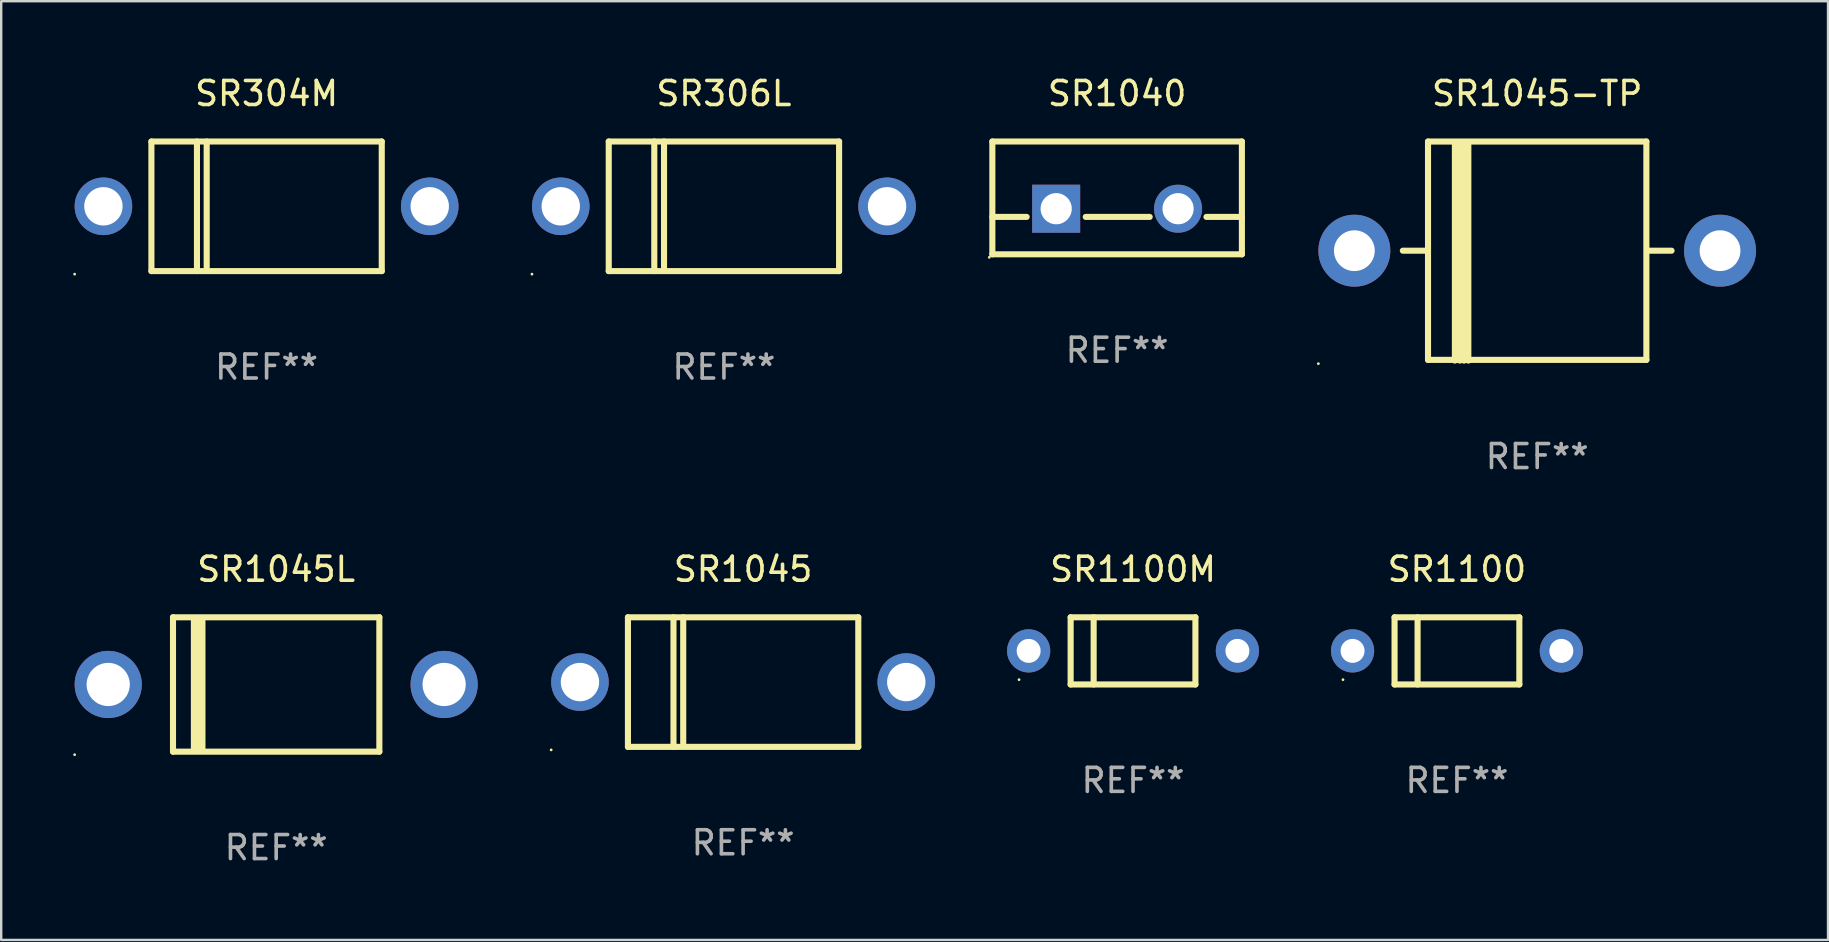
<source format=kicad_pcb>
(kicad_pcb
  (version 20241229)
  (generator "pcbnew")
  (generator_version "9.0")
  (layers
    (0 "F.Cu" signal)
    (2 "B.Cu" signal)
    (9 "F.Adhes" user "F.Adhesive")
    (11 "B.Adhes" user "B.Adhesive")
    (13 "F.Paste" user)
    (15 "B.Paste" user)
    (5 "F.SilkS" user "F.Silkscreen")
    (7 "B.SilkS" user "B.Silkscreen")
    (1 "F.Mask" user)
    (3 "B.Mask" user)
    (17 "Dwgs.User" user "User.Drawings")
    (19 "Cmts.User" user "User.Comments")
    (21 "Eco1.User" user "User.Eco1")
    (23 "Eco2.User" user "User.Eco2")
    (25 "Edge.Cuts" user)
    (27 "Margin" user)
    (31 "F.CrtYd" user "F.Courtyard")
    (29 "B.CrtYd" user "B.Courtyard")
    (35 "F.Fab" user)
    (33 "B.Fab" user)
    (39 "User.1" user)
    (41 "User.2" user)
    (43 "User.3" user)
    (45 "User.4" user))
  (footprint "SR304M"
    (layer "F.Cu")
    (at 8.06 5.548)
    (property "Reference" "SR304M" (at 0 -4.7 0) (layer "F.SilkS") (effects (font (size 1 1) (thickness 0.15))))
    (attr through_hole)
    (fp_line (start -4.8 -2.7) (end -4.8 2.7) (stroke (width 0.254) (type solid)) (layer "F.SilkS"))
    (fp_line (start -4.8 -2.7) (end 4.8 -2.7) (stroke (width 0.254) (type solid)) (layer "F.SilkS"))
    (fp_line (start -2.902 -2.7) (end -2.902 2.7) (stroke (width 0.254) (type solid)) (layer "F.SilkS"))
    (fp_line (start -2.496 -2.7) (end -2.496 2.54) (stroke (width 0.254) (type solid)) (layer "F.SilkS"))
    (fp_line (start 4.8 -2.7) (end 4.8 2.7) (stroke (width 0.254) (type solid)) (layer "F.SilkS"))
    (fp_line (start 4.8 2.7) (end -4.8 2.7) (stroke (width 0.254) (type solid)) (layer "F.SilkS"))
    (fp_circle (center -8 2.827) (end -7.97 2.827) (stroke (width 0.06) (type solid)) (fill no) (layer "F.SilkS"))
    (fp_text user "REF**" (at 0 6.7 0) (layer "F.Fab") (effects (font (size 1 1) (thickness 0.15))))
    (pad "1" thru_hole circle (at -6.8 0) (size 2.4 2.4) (drill 1.6) (layers "*.Cu" "*.Mask"))
    (pad "2" thru_hole circle (at 6.8 0) (size 2.4 2.4) (drill 1.6) (layers "*.Cu" "*.Mask")))
  (footprint "SR1100M"
    (layer "F.Cu")
    (at 44.17 24.076)
    (property "Reference" "SR1100M" (at 0 -3.4 0) (layer "F.SilkS") (effects (font (size 1 1) (thickness 0.15))))
    (attr through_hole)
    (fp_line (start -2.6 -1.4) (end -2.6 1.4) (stroke (width 0.254) (type solid)) (layer "F.SilkS"))
    (fp_line (start -2.6 -1.4) (end 2.6 -1.4) (stroke (width 0.254) (type solid)) (layer "F.SilkS"))
    (fp_line (start -2.6 1.4) (end 2.6 1.4) (stroke (width 0.254) (type solid)) (layer "F.SilkS"))
    (fp_line (start -1.641 -1.4) (end -1.641 1.4) (stroke (width 0.254) (type solid)) (layer "F.SilkS"))
    (fp_line (start 2.6 -1.4) (end 2.6 1.4) (stroke (width 0.254) (type solid)) (layer "F.SilkS"))
    (fp_circle (center -4.75 1.2) (end -4.72 1.2) (stroke (width 0.06) (type solid)) (fill no) (layer "F.SilkS"))
    (fp_text user "REF**" (at 0 5.4 0) (layer "F.Fab") (effects (font (size 1 1) (thickness 0.15))))
    (pad "1" thru_hole circle (at -4.35 0) (size 1.8 1.8) (drill 1) (layers "*.Cu" "*.Mask"))
    (pad "2" thru_hole circle (at 4.35 0) (size 1.8 1.8) (drill 1) (layers "*.Cu" "*.Mask")))
  (footprint "SR1045-TP"
    (layer "F.Cu")
    (at 61.014 7.414)
    (property "Reference" "SR1045-TP" (at 0 -6.565 0) (layer "F.SilkS") (effects (font (size 1 1) (thickness 0.15))))
    (attr through_hole)
    (fp_line (start -5.6 -0.016) (end -4.55 -0.016) (stroke (width 0.254) (type solid)) (layer "F.SilkS"))
    (fp_line (start -4.55 -4.565) (end -4.55 4.535) (stroke (width 0.254) (type solid)) (layer "F.SilkS"))
    (fp_line (start -4.55 -4.565) (end 4.55 -4.565) (stroke (width 0.254) (type solid)) (layer "F.SilkS"))
    (fp_line (start -3.43 4.564) (end -3.43 -4.536) (stroke (width 0.254) (type solid)) (layer "F.SilkS"))
    (fp_line (start -3.22 4.564) (end -3.22 -4.536) (stroke (width 0.254) (type solid)) (layer "F.SilkS"))
    (fp_line (start -3.049 4.565) (end -3.049 -4.535) (stroke (width 0.254) (type solid)) (layer "F.SilkS"))
    (fp_line (start -2.87 4.564) (end -2.87 -4.536) (stroke (width 0.254) (type solid)) (layer "F.SilkS"))
    (fp_line (start 4.55 4.535) (end 4.55 -4.565) (stroke (width 0.254) (type solid)) (layer "F.SilkS"))
    (fp_line (start 4.55 4.534) (end -4.55 4.534) (stroke (width 0.254) (type solid)) (layer "F.SilkS"))
    (fp_line (start 4.58 -0.016) (end 5.6 -0.016) (stroke (width 0.254) (type solid)) (layer "F.SilkS"))
    (fp_circle (center -9.12 4.692) (end -9.09 4.692) (stroke (width 0.06) (type solid)) (fill no) (layer "F.SilkS"))
    (fp_text user "REF**" (at 0 8.565 0) (layer "F.Fab") (effects (font (size 1 1) (thickness 0.15))))
    (pad "1" thru_hole circle (at -7.62 -0.016) (size 3 3) (drill 1.7) (layers "*.Cu" "*.Mask"))
    (pad "2" thru_hole circle (at 7.62 -0.016) (size 3 3) (drill 1.7) (layers "*.Cu" "*.Mask")))
  (footprint "SR1045L"
    (layer "F.Cu")
    (at 8.46 25.476)
    (property "Reference" "SR1045L" (at 0 -4.8 0) (layer "F.SilkS") (effects (font (size 1 1) (thickness 0.15))))
    (attr through_hole)
    (fp_line (start -4.3 -2.8) (end -4.3 2.8) (stroke (width 0.254) (type solid)) (layer "F.SilkS"))
    (fp_line (start -4.3 -2.8) (end 4.3 -2.8) (stroke (width 0.254) (type solid)) (layer "F.SilkS"))
    (fp_line (start -4.3 2.8) (end 4.3 2.8) (stroke (width 0.254) (type solid)) (layer "F.SilkS"))
    (fp_line (start -3.442 2.667) (end -3.442 -2.667) (stroke (width 0.229) (type solid)) (layer "F.SilkS"))
    (fp_line (start -3.315 2.667) (end -3.315 -2.667) (stroke (width 0.229) (type solid)) (layer "F.SilkS"))
    (fp_line (start -3.188 2.667) (end -3.188 -2.667) (stroke (width 0.229) (type solid)) (layer "F.SilkS"))
    (fp_line (start -3.061 2.667) (end -3.061 -2.667) (stroke (width 0.229) (type solid)) (layer "F.SilkS"))
    (fp_line (start 4.3 -2.8) (end 4.3 2.8) (stroke (width 0.254) (type solid)) (layer "F.SilkS"))
    (fp_circle (center -8.4 2.927) (end -8.37 2.927) (stroke (width 0.06) (type solid)) (fill no) (layer "F.SilkS"))
    (fp_text user "REF**" (at 0 6.8 0) (layer "F.Fab") (effects (font (size 1 1) (thickness 0.15))))
    (pad "1" thru_hole circle (at -7 0) (size 2.8 2.8) (drill 1.8) (layers "*.Cu" "*.Mask"))
    (pad "2" thru_hole circle (at 7 0) (size 2.8 2.8) (drill 1.8) (layers "*.Cu" "*.Mask")))
  (footprint "SR1045"
    (layer "F.Cu")
    (at 27.92 25.376)
    (property "Reference" "SR1045" (at 0 -4.7 0) (layer "F.SilkS") (effects (font (size 1 1) (thickness 0.15))))
    (attr through_hole)
    (fp_line (start -4.8 -2.7) (end -4.8 2.7) (stroke (width 0.254) (type solid)) (layer "F.SilkS"))
    (fp_line (start -4.8 -2.7) (end 4.8 -2.7) (stroke (width 0.254) (type solid)) (layer "F.SilkS"))
    (fp_line (start -2.902 -2.7) (end -2.902 2.7) (stroke (width 0.254) (type solid)) (layer "F.SilkS"))
    (fp_line (start -2.496 -2.7) (end -2.496 2.54) (stroke (width 0.254) (type solid)) (layer "F.SilkS"))
    (fp_line (start 4.8 -2.7) (end 4.8 2.7) (stroke (width 0.254) (type solid)) (layer "F.SilkS"))
    (fp_line (start 4.8 2.7) (end -4.8 2.7) (stroke (width 0.254) (type solid)) (layer "F.SilkS"))
    (fp_circle (center -8 2.827) (end -7.97 2.827) (stroke (width 0.06) (type solid)) (fill no) (layer "F.SilkS"))
    (fp_text user "REF**" (at 0 6.7 0) (layer "F.Fab") (effects (font (size 1 1) (thickness 0.15))))
    (pad "1" thru_hole circle (at -6.8 0) (size 2.4 2.4) (drill 1.6) (layers "*.Cu" "*.Mask"))
    (pad "2" thru_hole circle (at 6.8 0) (size 2.4 2.4) (drill 1.6) (layers "*.Cu" "*.Mask")))
  (footprint "SR1100"
    (layer "F.Cu")
    (at 57.67 24.076)
    (property "Reference" "SR1100" (at 0 -3.4 0) (layer "F.SilkS") (effects (font (size 1 1) (thickness 0.15))))
    (attr through_hole)
    (fp_line (start -2.6 -1.4) (end -2.6 1.4) (stroke (width 0.254) (type solid)) (layer "F.SilkS"))
    (fp_line (start -2.6 -1.4) (end 2.6 -1.4) (stroke (width 0.254) (type solid)) (layer "F.SilkS"))
    (fp_line (start -2.6 1.4) (end 2.6 1.4) (stroke (width 0.254) (type solid)) (layer "F.SilkS"))
    (fp_line (start -1.641 -1.4) (end -1.641 1.4) (stroke (width 0.254) (type solid)) (layer "F.SilkS"))
    (fp_line (start 2.6 -1.4) (end 2.6 1.4) (stroke (width 0.254) (type solid)) (layer "F.SilkS"))
    (fp_circle (center -4.75 1.2) (end -4.72 1.2) (stroke (width 0.06) (type solid)) (fill no) (layer "F.SilkS"))
    (fp_text user "REF**" (at 0 5.4 0) (layer "F.Fab") (effects (font (size 1 1) (thickness 0.15))))
    (pad "1" thru_hole circle (at -4.35 0) (size 1.8 1.8) (drill 1) (layers "*.Cu" "*.Mask"))
    (pad "2" thru_hole circle (at 4.35 0) (size 1.8 1.8) (drill 1) (layers "*.Cu" "*.Mask")))
  (footprint "SR1040"
    (layer "F.Cu")
    (at 43.507 5.198)
    (property "Reference" "SR1040" (at 0 -4.35 0) (layer "F.SilkS") (effects (font (size 1 1) (thickness 0.15))))
    (attr through_hole)
    (fp_line (start -5.2 -2.35) (end -5.2 2.35) (stroke (width 0.254) (type solid)) (layer "F.SilkS"))
    (fp_line (start -5.2 -2.35) (end 5.2 -2.35) (stroke (width 0.254) (type solid)) (layer "F.SilkS"))
    (fp_line (start -5.2 0.792) (end -3.771 0.792) (stroke (width 0.254) (type solid)) (layer "F.SilkS"))
    (fp_line (start -5.2 2.35) (end 5.2 2.35) (stroke (width 0.254) (type solid)) (layer "F.SilkS"))
    (fp_line (start -1.309 0.792) (end 1.357 0.792) (stroke (width 0.254) (type solid)) (layer "F.SilkS"))
    (fp_line (start 3.723 0.792) (end 5.2 0.792) (stroke (width 0.254) (type solid)) (layer "F.SilkS"))
    (fp_line (start 5.2 -2.35) (end 5.2 2.35) (stroke (width 0.254) (type solid)) (layer "F.SilkS"))
    (fp_circle (center -5.327 2.477) (end -5.297 2.477) (stroke (width 0.06) (type solid)) (fill no) (layer "F.SilkS"))
    (fp_text user "REF**" (at 0 6.35 0) (layer "F.Fab") (effects (font (size 1 1) (thickness 0.15))))
    (pad "1" thru_hole rect (at -2.54 0.45) (size 2 2) (drill 1.3) (layers "*.Cu" "*.Mask"))
    (pad "2" thru_hole circle (at 2.54 0.45) (size 2 2) (drill 1.3) (layers "*.Cu" "*.Mask")))
  (footprint "SR306L"
    (layer "F.Cu")
    (at 27.12 5.548)
    (property "Reference" "SR306L" (at 0 -4.7 0) (layer "F.SilkS") (effects (font (size 1 1) (thickness 0.15))))
    (attr through_hole)
    (fp_line (start -4.8 -2.7) (end -4.8 2.7) (stroke (width 0.254) (type solid)) (layer "F.SilkS"))
    (fp_line (start -4.8 -2.7) (end 4.8 -2.7) (stroke (width 0.254) (type solid)) (layer "F.SilkS"))
    (fp_line (start -2.902 -2.7) (end -2.902 2.7) (stroke (width 0.254) (type solid)) (layer "F.SilkS"))
    (fp_line (start -2.496 -2.7) (end -2.496 2.54) (stroke (width 0.254) (type solid)) (layer "F.SilkS"))
    (fp_line (start 4.8 -2.7) (end 4.8 2.7) (stroke (width 0.254) (type solid)) (layer "F.SilkS"))
    (fp_line (start 4.8 2.7) (end -4.8 2.7) (stroke (width 0.254) (type solid)) (layer "F.SilkS"))
    (fp_circle (center -8 2.827) (end -7.97 2.827) (stroke (width 0.06) (type solid)) (fill no) (layer "F.SilkS"))
    (fp_text user "REF**" (at 0 6.7 0) (layer "F.Fab") (effects (font (size 1 1) (thickness 0.15))))
    (pad "1" thru_hole circle (at -6.8 0) (size 2.4 2.4) (drill 1.6) (layers "*.Cu" "*.Mask"))
    (pad "2" thru_hole circle (at 6.8 0) (size 2.4 2.4) (drill 1.6) (layers "*.Cu" "*.Mask")))
  (gr_rect
    (start -3 -3)
    (end 73.134 36.124)
    (stroke (width 0.1) (type default))
    (fill no)
    (layer "Edge.Cuts")))
</source>
